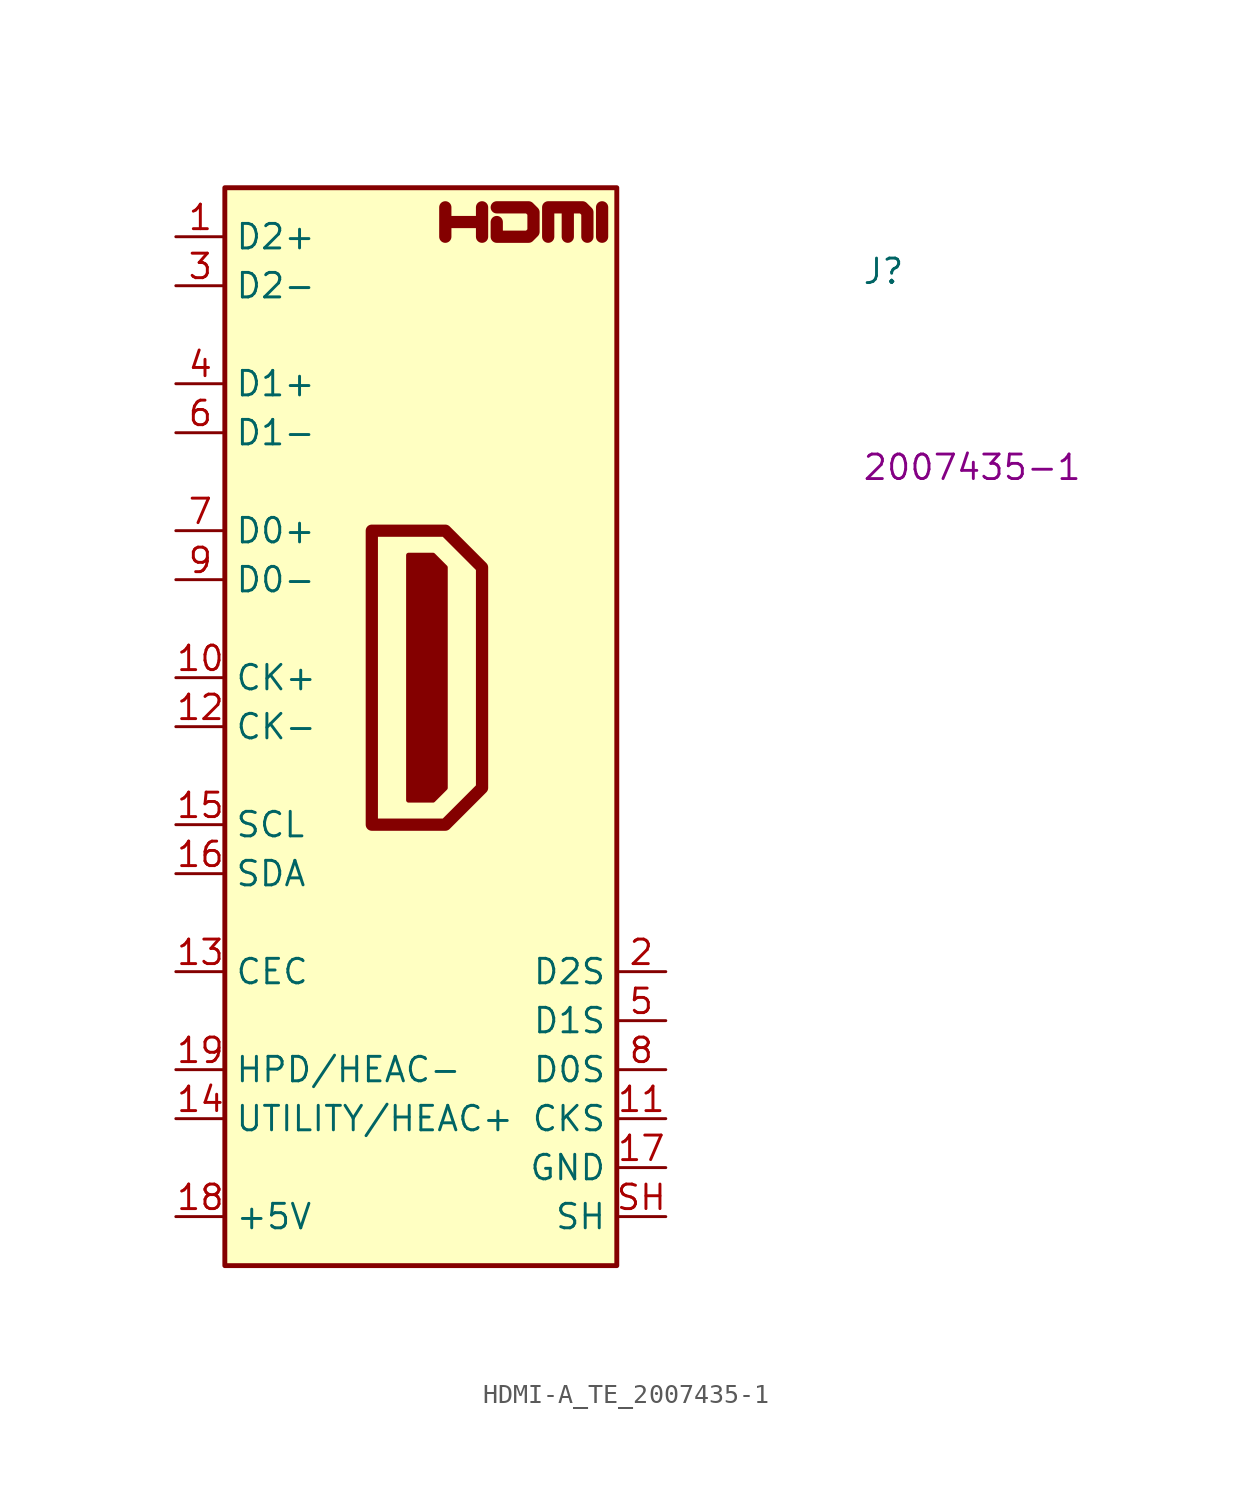
<source format=kicad_sym>
(kicad_symbol_lib
  (version 20220914)
  (generator kicad_symbol_editor)
  (symbol "HDMI-A_TE_2007435-1"
    (property "Reference" "J"
      (at 35.56 -2.54 0)
      (effects (font (size 1.27 1.27) (thickness 0.15)) (justify left bottom)))
    (property "MPN" "2007435-1"
      (at 35.56 -12.7 0)
      (effects (font (size 1.27 1.27) (thickness 0.15)) (justify left bottom)))
    (symbol "HDMI-A_TE_2007435-1_0_0"
      (polyline (pts (xy 22.098 0) (xy 22.098 1.524)) (stroke (width 0.635) (type default)) (fill (type none)))
      (polyline (pts (xy 13.97 0) (xy 13.97 1.524) (xy 13.97 0.762) (xy 15.875 0.762) (xy 15.875 1.524) (xy 15.875 0)) (stroke (width 0.635) (type default)) (fill (type none)))
      (polyline (pts (xy 16.637 1.524) (xy 18.288 1.524) (xy 18.542 1.27) (xy 18.542 0.254) (xy 18.288 0) (xy 16.637 0) (xy 16.637 0.762)) (stroke (width 0.635) (type default)) (fill (type none))))
    (symbol "HDMI-A_TE_2007435-1_0_1"
      (polyline (pts (xy 10.16 -15.24) (xy 13.97 -15.24) (xy 15.875 -17.145) (xy 15.875 -28.575) (xy 13.97 -30.48) (xy 10.16 -30.48) (xy 10.16 -15.24)) (stroke (width 0.635) (type default)) (fill (type none)))
      (polyline (pts (xy 12.065 -16.51) (xy 13.335 -16.51) (xy 13.97 -17.145) (xy 13.97 -28.575) (xy 13.335 -29.21) (xy 12.065 -29.21) (xy 12.065 -16.51)) (stroke (width 0.254) (type default)) (fill (type outline)))
      (polyline (pts (xy 19.304 0) (xy 19.304 1.524) (xy 20.32 1.524) (xy 20.32 0) (xy 20.32 1.524) (xy 21.082 1.524) (xy 21.336 1.27) (xy 21.336 0)) (stroke (width 0.635) (type default)) (fill (type none))))
    (symbol "HDMI-A_TE_2007435-1_1_1"
      (rectangle (start 2.54 2.54) (end 22.86 -53.34) (stroke (width 0.254) (type default)) (fill (type background)))
      (pin bidirectional line (at 0 0 0) (length 2.54) (name "D2+" (effects (font (size 1.27 1.27)))) (number "1" (effects (font (size 1.27 1.27)))))
      (pin bidirectional line (at 0 -22.86 0) (length 2.54) (name "CK+" (effects (font (size 1.27 1.27)))) (number "10" (effects (font (size 1.27 1.27)))))
      (pin passive line (at 25.4 -45.72 180) (length 2.54) (name "CKS" (effects (font (size 1.27 1.27)))) (number "11" (effects (font (size 1.27 1.27)))))
      (pin bidirectional line (at 0 -25.4 0) (length 2.54) (name "CK-" (effects (font (size 1.27 1.27)))) (number "12" (effects (font (size 1.27 1.27)))))
      (pin bidirectional line (at 0 -38.1 0) (length 2.54) (name "CEC" (effects (font (size 1.27 1.27)))) (number "13" (effects (font (size 1.27 1.27)))))
      (pin bidirectional line (at 0 -45.72 0) (length 2.54) (name "UTILITY/HEAC+" (effects (font (size 1.27 1.27)))) (number "14" (effects (font (size 1.27 1.27)))) (alternate "HEAC+" passive line) (alternate "UTILITY" passive line))
      (pin bidirectional line (at 0 -30.48 0) (length 2.54) (name "SCL" (effects (font (size 1.27 1.27)))) (number "15" (effects (font (size 1.27 1.27)))))
      (pin bidirectional line (at 0 -33.02 0) (length 2.54) (name "SDA" (effects (font (size 1.27 1.27)))) (number "16" (effects (font (size 1.27 1.27)))))
      (pin power_in line (at 25.4 -48.26 180) (length 2.54) (name "GND" (effects (font (size 1.27 1.27)))) (number "17" (effects (font (size 1.27 1.27)))))
      (pin power_in line (at 0 -50.8 0) (length 2.54) (name "+5V" (effects (font (size 1.27 1.27)))) (number "18" (effects (font (size 1.27 1.27)))))
      (pin bidirectional line (at 0 -43.18 0) (length 2.54) (name "HPD/HEAC-" (effects (font (size 1.27 1.27)))) (number "19" (effects (font (size 1.27 1.27)))) (alternate "HEAC-" passive line) (alternate "HPD" passive line))
      (pin passive line (at 25.4 -38.1 180) (length 2.54) (name "D2S" (effects (font (size 1.27 1.27)))) (number "2" (effects (font (size 1.27 1.27)))))
      (pin bidirectional line (at 0 -2.54 0) (length 2.54) (name "D2-" (effects (font (size 1.27 1.27)))) (number "3" (effects (font (size 1.27 1.27)))))
      (pin bidirectional line (at 0 -7.62 0) (length 2.54) (name "D1+" (effects (font (size 1.27 1.27)))) (number "4" (effects (font (size 1.27 1.27)))))
      (pin passive line (at 25.4 -40.64 180) (length 2.54) (name "D1S" (effects (font (size 1.27 1.27)))) (number "5" (effects (font (size 1.27 1.27)))))
      (pin bidirectional line (at 0 -10.16 0) (length 2.54) (name "D1-" (effects (font (size 1.27 1.27)))) (number "6" (effects (font (size 1.27 1.27)))))
      (pin bidirectional line (at 0 -15.24 0) (length 2.54) (name "D0+" (effects (font (size 1.27 1.27)))) (number "7" (effects (font (size 1.27 1.27)))))
      (pin passive line (at 25.4 -43.18 180) (length 2.54) (name "D0S" (effects (font (size 1.27 1.27)))) (number "8" (effects (font (size 1.27 1.27)))))
      (pin bidirectional line (at 0 -17.78 0) (length 2.54) (name "D0-" (effects (font (size 1.27 1.27)))) (number "9" (effects (font (size 1.27 1.27)))))
      (pin passive line (at 25.4 -50.8 180) (length 2.54) (name "SH" (effects (font (size 1.27 1.27)))) (number "SH" (effects (font (size 1.27 1.27))))))))
</source>
